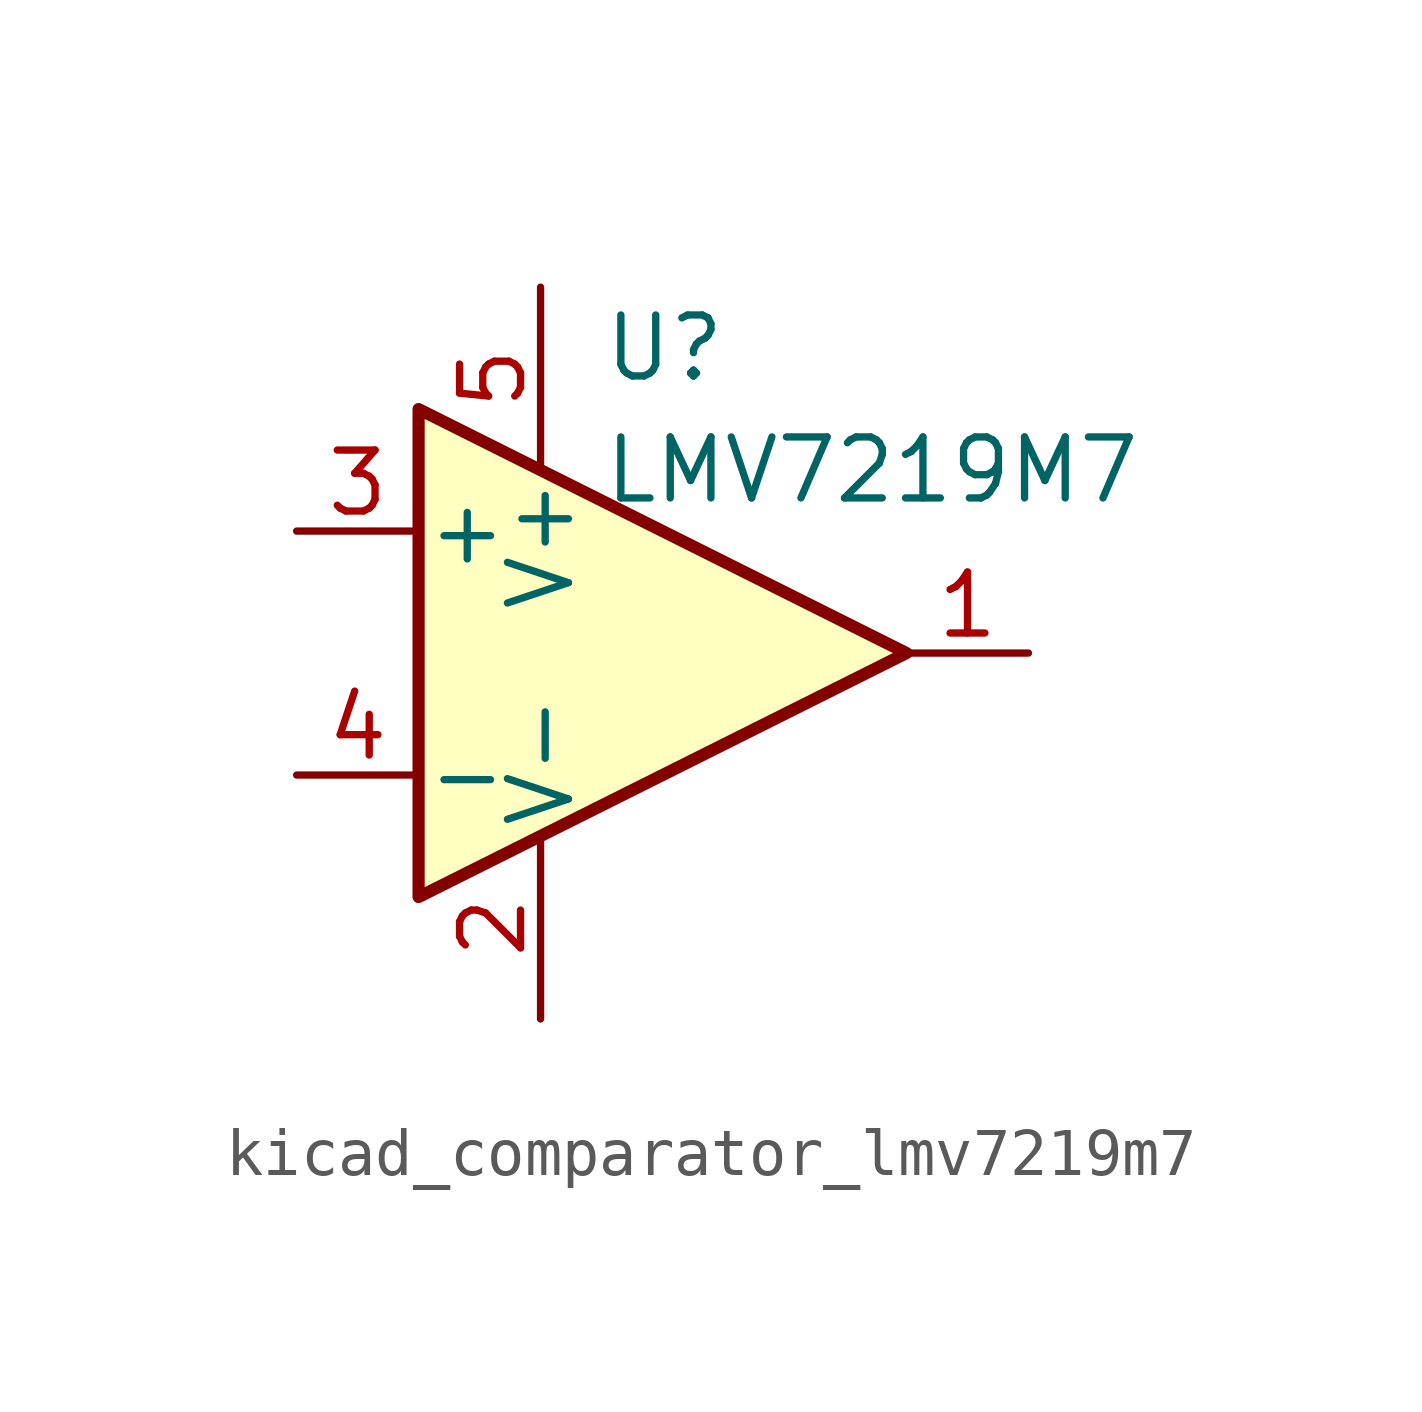
<source format=kicad_sym>
(kicad_symbol_lib
  (version 20220914)
  (generator kicad_symbol_editor)
  (symbol "kicad_comparator_lmv7219m7"
    (pin_names
      (offset 0.127))
    (property "Reference" "U"
      (at -1.27 6.35 0)
      (effects (font (size 1.27 1.27)) (justify left)))
    (property "Value" "LMV7219M7"
      (at -1.27 3.81 0)
      (effects (font (size 1.27 1.27)) (justify left)))
    (symbol "kicad_comparator_lmv7219m7_0_1"
      (polyline (pts (xy -5.08 5.08) (xy 5.08 0) (xy -5.08 -5.08) (xy -5.08 5.08)) (stroke (width 0.254) (type default)) (fill (type background)))
      (pin power_in line (at -2.54 -7.62 90) (length 3.81) (name "V-" (effects (font (size 1.27 1.27)))) (number "2" (effects (font (size 1.27 1.27)))))
      (pin power_in line (at -2.54 7.62 270) (length 3.81) (name "V+" (effects (font (size 1.27 1.27)))) (number "5" (effects (font (size 1.27 1.27))))))
    (symbol "kicad_comparator_lmv7219m7_1_1"
      (pin output line (at 7.62 0 180) (length 2.54) (name "~" (effects (font (size 1.27 1.27)))) (number "1" (effects (font (size 1.27 1.27)))))
      (pin input line (at -7.62 2.54 0) (length 2.54) (name "+" (effects (font (size 1.27 1.27)))) (number "3" (effects (font (size 1.27 1.27)))))
      (pin input line (at -7.62 -2.54 0) (length 2.54) (name "-" (effects (font (size 1.27 1.27)))) (number "4" (effects (font (size 1.27 1.27))))))))
</source>
